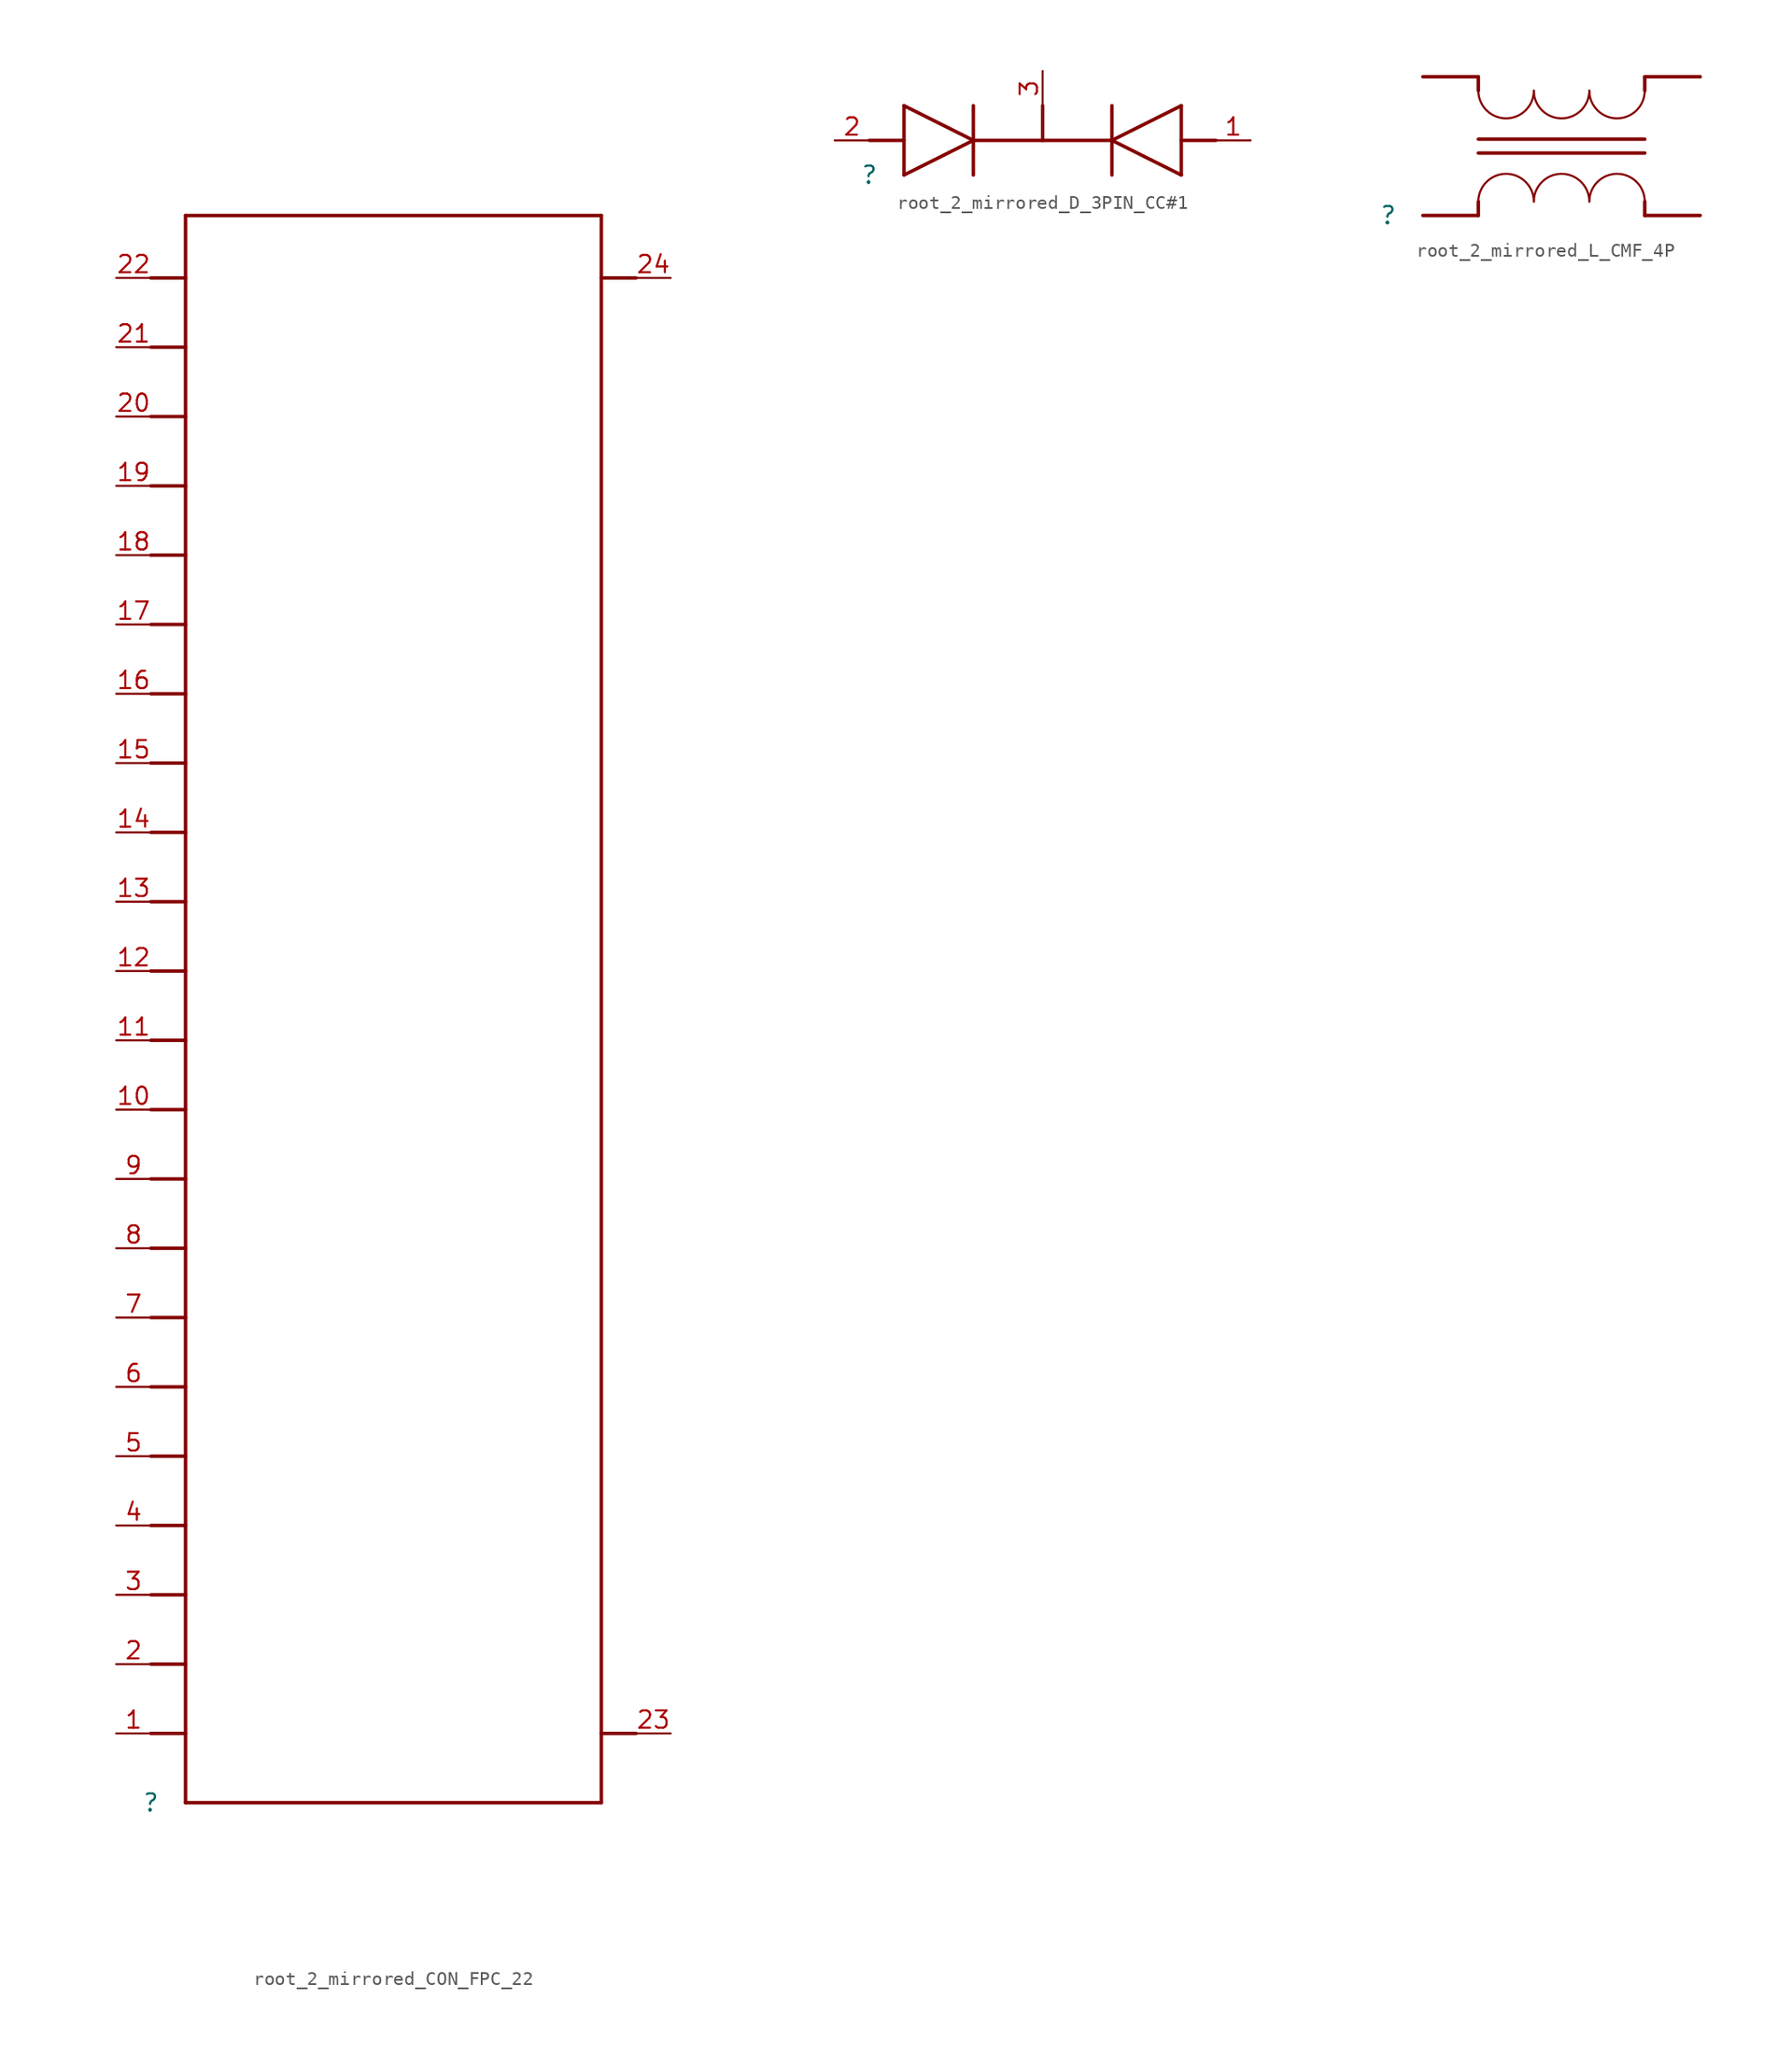
<source format=kicad_sym>
(kicad_symbol_lib
  (version 20220914)
  (generator kicad_symbol_editor)
  (symbol "root_2_mirrored_CON_FPC_22"
    (property "Reference" ""
      (at 0 0 0)
      (effects (font (size 1.27 1.27))))
    (property "Value" ""
      (at 0 0 0)
      (effects (font (size 1.27 1.27))))
    (symbol "root_2_mirrored_CON_FPC_22_1_0"
      (polyline (pts (xy 0 5.08) (xy 2.54 5.08)) (stroke (width 0.254) (type solid)) (fill (type none)))
      (polyline (pts (xy 0 10.16) (xy 2.54 10.16)) (stroke (width 0.254) (type solid)) (fill (type none)))
      (polyline (pts (xy 0 15.24) (xy 2.54 15.24)) (stroke (width 0.254) (type solid)) (fill (type none)))
      (polyline (pts (xy 0 20.32) (xy 2.54 20.32)) (stroke (width 0.254) (type solid)) (fill (type none)))
      (polyline (pts (xy 0 25.4) (xy 2.54 25.4)) (stroke (width 0.254) (type solid)) (fill (type none)))
      (polyline (pts (xy 0 30.48) (xy 2.54 30.48)) (stroke (width 0.254) (type solid)) (fill (type none)))
      (polyline (pts (xy 0 35.56) (xy 2.54 35.56)) (stroke (width 0.254) (type solid)) (fill (type none)))
      (polyline (pts (xy 0 40.64) (xy 2.54 40.64)) (stroke (width 0.254) (type solid)) (fill (type none)))
      (polyline (pts (xy 0 45.72) (xy 2.54 45.72)) (stroke (width 0.254) (type solid)) (fill (type none)))
      (polyline (pts (xy 0 50.8) (xy 2.54 50.8)) (stroke (width 0.254) (type solid)) (fill (type none)))
      (polyline (pts (xy 0 55.88) (xy 2.54 55.88)) (stroke (width 0.254) (type solid)) (fill (type none)))
      (polyline (pts (xy 0 60.96) (xy 2.54 60.96)) (stroke (width 0.254) (type solid)) (fill (type none)))
      (polyline (pts (xy 0 66.04) (xy 2.54 66.04)) (stroke (width 0.254) (type solid)) (fill (type none)))
      (polyline (pts (xy 0 71.12) (xy 2.54 71.12)) (stroke (width 0.254) (type solid)) (fill (type none)))
      (polyline (pts (xy 0 76.2) (xy 2.54 76.2)) (stroke (width 0.254) (type solid)) (fill (type none)))
      (polyline (pts (xy 0 81.28) (xy 2.54 81.28)) (stroke (width 0.254) (type solid)) (fill (type none)))
      (polyline (pts (xy 0 86.36) (xy 2.54 86.36)) (stroke (width 0.254) (type solid)) (fill (type none)))
      (polyline (pts (xy 0 91.44) (xy 2.54 91.44)) (stroke (width 0.254) (type solid)) (fill (type none)))
      (polyline (pts (xy 0 96.52) (xy 2.54 96.52)) (stroke (width 0.254) (type solid)) (fill (type none)))
      (polyline (pts (xy 0 101.6) (xy 2.54 101.6)) (stroke (width 0.254) (type solid)) (fill (type none)))
      (polyline (pts (xy 0 106.68) (xy 2.54 106.68)) (stroke (width 0.254) (type solid)) (fill (type none)))
      (polyline (pts (xy 0 111.76) (xy 2.54 111.76)) (stroke (width 0.254) (type solid)) (fill (type none)))
      (polyline (pts (xy 2.54 0) (xy 2.54 116.332)) (stroke (width 0.254) (type solid)) (fill (type none)))
      (polyline (pts (xy 33.02 0) (xy 2.54 0)) (stroke (width 0.254) (type solid)) (fill (type none)))
      (polyline (pts (xy 33.02 5.08) (xy 35.56 5.08)) (stroke (width 0.254) (type solid)) (fill (type none)))
      (polyline (pts (xy 33.02 111.76) (xy 35.56 111.76)) (stroke (width 0.254) (type solid)) (fill (type none)))
      (polyline (pts (xy 33.02 116.332) (xy 2.54 116.332)) (stroke (width 0.254) (type solid)) (fill (type none)))
      (polyline (pts (xy 33.02 116.332) (xy 33.02 0)) (stroke (width 0.254) (type solid)) (fill (type none)))
      (pin bidirectional line (at -2.54 5.08 0) (length 2.54) (name "PIN1" (effects (font (size 0 0)))) (number "1" (effects (font (size 1.27 1.27)))))
      (pin bidirectional line (at -2.54 50.8 0) (length 2.54) (name "PIN10" (effects (font (size 0 0)))) (number "10" (effects (font (size 1.27 1.27)))))
      (pin bidirectional line (at -2.54 55.88 0) (length 2.54) (name "PIN11" (effects (font (size 0 0)))) (number "11" (effects (font (size 1.27 1.27)))))
      (pin bidirectional line (at -2.54 60.96 0) (length 2.54) (name "PIN12" (effects (font (size 0 0)))) (number "12" (effects (font (size 1.27 1.27)))))
      (pin bidirectional line (at -2.54 66.04 0) (length 2.54) (name "PIN13" (effects (font (size 0 0)))) (number "13" (effects (font (size 1.27 1.27)))))
      (pin bidirectional line (at -2.54 71.12 0) (length 2.54) (name "PIN14" (effects (font (size 0 0)))) (number "14" (effects (font (size 1.27 1.27)))))
      (pin bidirectional line (at -2.54 76.2 0) (length 2.54) (name "PIN15" (effects (font (size 0 0)))) (number "15" (effects (font (size 1.27 1.27)))))
      (pin bidirectional line (at -2.54 81.28 0) (length 2.54) (name "PIN16" (effects (font (size 0 0)))) (number "16" (effects (font (size 1.27 1.27)))))
      (pin bidirectional line (at -2.54 86.36 0) (length 2.54) (name "PIN17" (effects (font (size 0 0)))) (number "17" (effects (font (size 1.27 1.27)))))
      (pin bidirectional line (at -2.54 91.44 0) (length 2.54) (name "PIN18" (effects (font (size 0 0)))) (number "18" (effects (font (size 1.27 1.27)))))
      (pin bidirectional line (at -2.54 96.52 0) (length 2.54) (name "PIN19" (effects (font (size 0 0)))) (number "19" (effects (font (size 1.27 1.27)))))
      (pin bidirectional line (at -2.54 10.16 0) (length 2.54) (name "PIN2" (effects (font (size 0 0)))) (number "2" (effects (font (size 1.27 1.27)))))
      (pin bidirectional line (at -2.54 101.6 0) (length 2.54) (name "PIN20" (effects (font (size 0 0)))) (number "20" (effects (font (size 1.27 1.27)))))
      (pin bidirectional line (at -2.54 106.68 0) (length 2.54) (name "PIN21" (effects (font (size 0 0)))) (number "21" (effects (font (size 1.27 1.27)))))
      (pin bidirectional line (at -2.54 111.76 0) (length 2.54) (name "PIN22" (effects (font (size 0 0)))) (number "22" (effects (font (size 1.27 1.27)))))
      (pin bidirectional line (at 38.1 5.08 180) (length 2.54) (name "GND1" (effects (font (size 0 0)))) (number "23" (effects (font (size 1.27 1.27)))))
      (pin bidirectional line (at 38.1 111.76 180) (length 2.54) (name "GND2" (effects (font (size 0 0)))) (number "24" (effects (font (size 1.27 1.27)))))
      (pin bidirectional line (at -2.54 15.24 0) (length 2.54) (name "PIN3" (effects (font (size 0 0)))) (number "3" (effects (font (size 1.27 1.27)))))
      (pin bidirectional line (at -2.54 20.32 0) (length 2.54) (name "PIN4" (effects (font (size 0 0)))) (number "4" (effects (font (size 1.27 1.27)))))
      (pin bidirectional line (at -2.54 25.4 0) (length 2.54) (name "PIN5" (effects (font (size 0 0)))) (number "5" (effects (font (size 1.27 1.27)))))
      (pin bidirectional line (at -2.54 30.48 0) (length 2.54) (name "PIN6" (effects (font (size 0 0)))) (number "6" (effects (font (size 1.27 1.27)))))
      (pin bidirectional line (at -2.54 35.56 0) (length 2.54) (name "PIN7" (effects (font (size 0 0)))) (number "7" (effects (font (size 1.27 1.27)))))
      (pin bidirectional line (at -2.54 40.64 0) (length 2.54) (name "PIN8" (effects (font (size 0 0)))) (number "8" (effects (font (size 1.27 1.27)))))
      (pin bidirectional line (at -2.54 45.72 0) (length 2.54) (name "PIN9" (effects (font (size 0 0)))) (number "9" (effects (font (size 1.27 1.27)))))))
  (symbol "root_2_mirrored_D_3PIN_CC#1"
    (property "Reference" ""
      (at 0 0 0)
      (effects (font (size 1.27 1.27))))
    (property "Value" ""
      (at 0 0 0)
      (effects (font (size 1.27 1.27))))
    (symbol "root_2_mirrored_D_3PIN_CC#1_1_0"
      (polyline (pts (xy 0 2.54) (xy 2.54 2.54)) (stroke (width 0.254) (type solid)) (fill (type none)))
      (polyline (pts (xy 2.54 0) (xy 2.54 5.08)) (stroke (width 0.254) (type solid)) (fill (type none)))
      (polyline (pts (xy 2.54 5.08) (xy 7.62 2.54)) (stroke (width 0.254) (type solid)) (fill (type none)))
      (polyline (pts (xy 7.62 0) (xy 7.62 5.08)) (stroke (width 0.254) (type solid)) (fill (type none)))
      (polyline (pts (xy 7.62 2.54) (xy 2.54 0)) (stroke (width 0.254) (type solid)) (fill (type none)))
      (polyline (pts (xy 12.7 2.54) (xy 12.7 5.08)) (stroke (width 0.254) (type solid)) (fill (type none)))
      (polyline (pts (xy 17.78 0) (xy 17.78 5.08)) (stroke (width 0.254) (type solid)) (fill (type none)))
      (polyline (pts (xy 17.78 2.54) (xy 7.62 2.54)) (stroke (width 0.254) (type solid)) (fill (type none)))
      (polyline (pts (xy 17.78 2.54) (xy 22.86 0)) (stroke (width 0.254) (type solid)) (fill (type none)))
      (polyline (pts (xy 22.86 2.54) (xy 25.4 2.54)) (stroke (width 0.254) (type solid)) (fill (type none)))
      (polyline (pts (xy 22.86 5.08) (xy 17.78 2.54)) (stroke (width 0.254) (type solid)) (fill (type none)))
      (polyline (pts (xy 22.86 5.08) (xy 22.86 0)) (stroke (width 0.254) (type solid)) (fill (type none)))
      (pin bidirectional line (at 27.94 2.54 180) (length 2.54) (name "A1" (effects (font (size 0 0)))) (number "1" (effects (font (size 1.27 1.27)))))
      (pin bidirectional line (at -2.54 2.54 0) (length 2.54) (name "A2" (effects (font (size 0 0)))) (number "2" (effects (font (size 1.27 1.27)))))
      (pin bidirectional line (at 12.7 7.62 270) (length 2.54) (name "CC" (effects (font (size 0 0)))) (number "3" (effects (font (size 1.27 1.27)))))))
  (symbol "root_2_mirrored_L_CMF_4P"
    (property "Reference" ""
      (at 0 0 0)
      (effects (font (size 1.27 1.27))))
    (property "Value" ""
      (at 0 0 0)
      (effects (font (size 1.27 1.27))))
    (symbol "root_2_mirrored_L_CMF_4P_1_0"
      (polyline (pts (xy 6.604 0) (xy 2.54 0)) (stroke (width 0.254) (type solid)) (fill (type none)))
      (polyline (pts (xy 6.604 0) (xy 6.604 1.016)) (stroke (width 0.254) (type solid)) (fill (type none)))
      (polyline (pts (xy 6.604 4.572) (xy 18.796 4.572)) (stroke (width 0.254) (type solid)) (fill (type none)))
      (polyline (pts (xy 6.604 5.588) (xy 18.796 5.588)) (stroke (width 0.254) (type solid)) (fill (type none)))
      (polyline (pts (xy 6.604 10.16) (xy 2.54 10.16)) (stroke (width 0.254) (type solid)) (fill (type none)))
      (polyline (pts (xy 6.604 10.16) (xy 6.604 9.144)) (stroke (width 0.254) (type solid)) (fill (type none)))
      (polyline (pts (xy 18.796 0) (xy 18.796 1.016)) (stroke (width 0.254) (type solid)) (fill (type none)))
      (polyline (pts (xy 18.796 0) (xy 22.86 0)) (stroke (width 0.254) (type solid)) (fill (type none)))
      (polyline (pts (xy 18.796 10.16) (xy 18.796 9.144)) (stroke (width 0.254) (type solid)) (fill (type none)))
      (polyline (pts (xy 18.796 10.16) (xy 22.86 10.16)) (stroke (width 0.254) (type solid)) (fill (type none)))
      (arc (start 6.604 9.144) (mid 8.636 7.1208) (end 10.668 9.144) (stroke (width 0) (type solid)) (fill (type none)))
      (arc (start 10.668 1.016) (mid 8.636 3.0392) (end 6.604 1.016) (stroke (width 0) (type solid)) (fill (type none)))
      (arc (start 10.668 9.144) (mid 12.7 7.1208) (end 14.732 9.144) (stroke (width 0) (type solid)) (fill (type none)))
      (arc (start 14.732 1.016) (mid 12.7 3.0392) (end 10.668 1.016) (stroke (width 0) (type solid)) (fill (type none)))
      (arc (start 14.732 9.144) (mid 16.764 7.1208) (end 18.796 9.144) (stroke (width 0) (type solid)) (fill (type none)))
      (arc (start 18.796 1.016) (mid 16.764 3.0392) (end 14.732 1.016) (stroke (width 0) (type solid)) (fill (type none)))
      (pin bidirectional line (at 2.54 0 270) (length 0) (name "1" (effects (font (size 0 0)))) (number "1" (effects (font (size 0 0)))))
      (pin bidirectional line (at 2.54 10.16 180) (length 0) (name "2" (effects (font (size 0 0)))) (number "2" (effects (font (size 0 0)))))
      (pin bidirectional line (at 22.86 10.16 90) (length 0) (name "3" (effects (font (size 0 0)))) (number "3" (effects (font (size 0 0)))))
      (pin bidirectional line (at 22.86 0 90) (length 0) (name "4" (effects (font (size 0 0)))) (number "4" (effects (font (size 0 0))))))))
</source>
